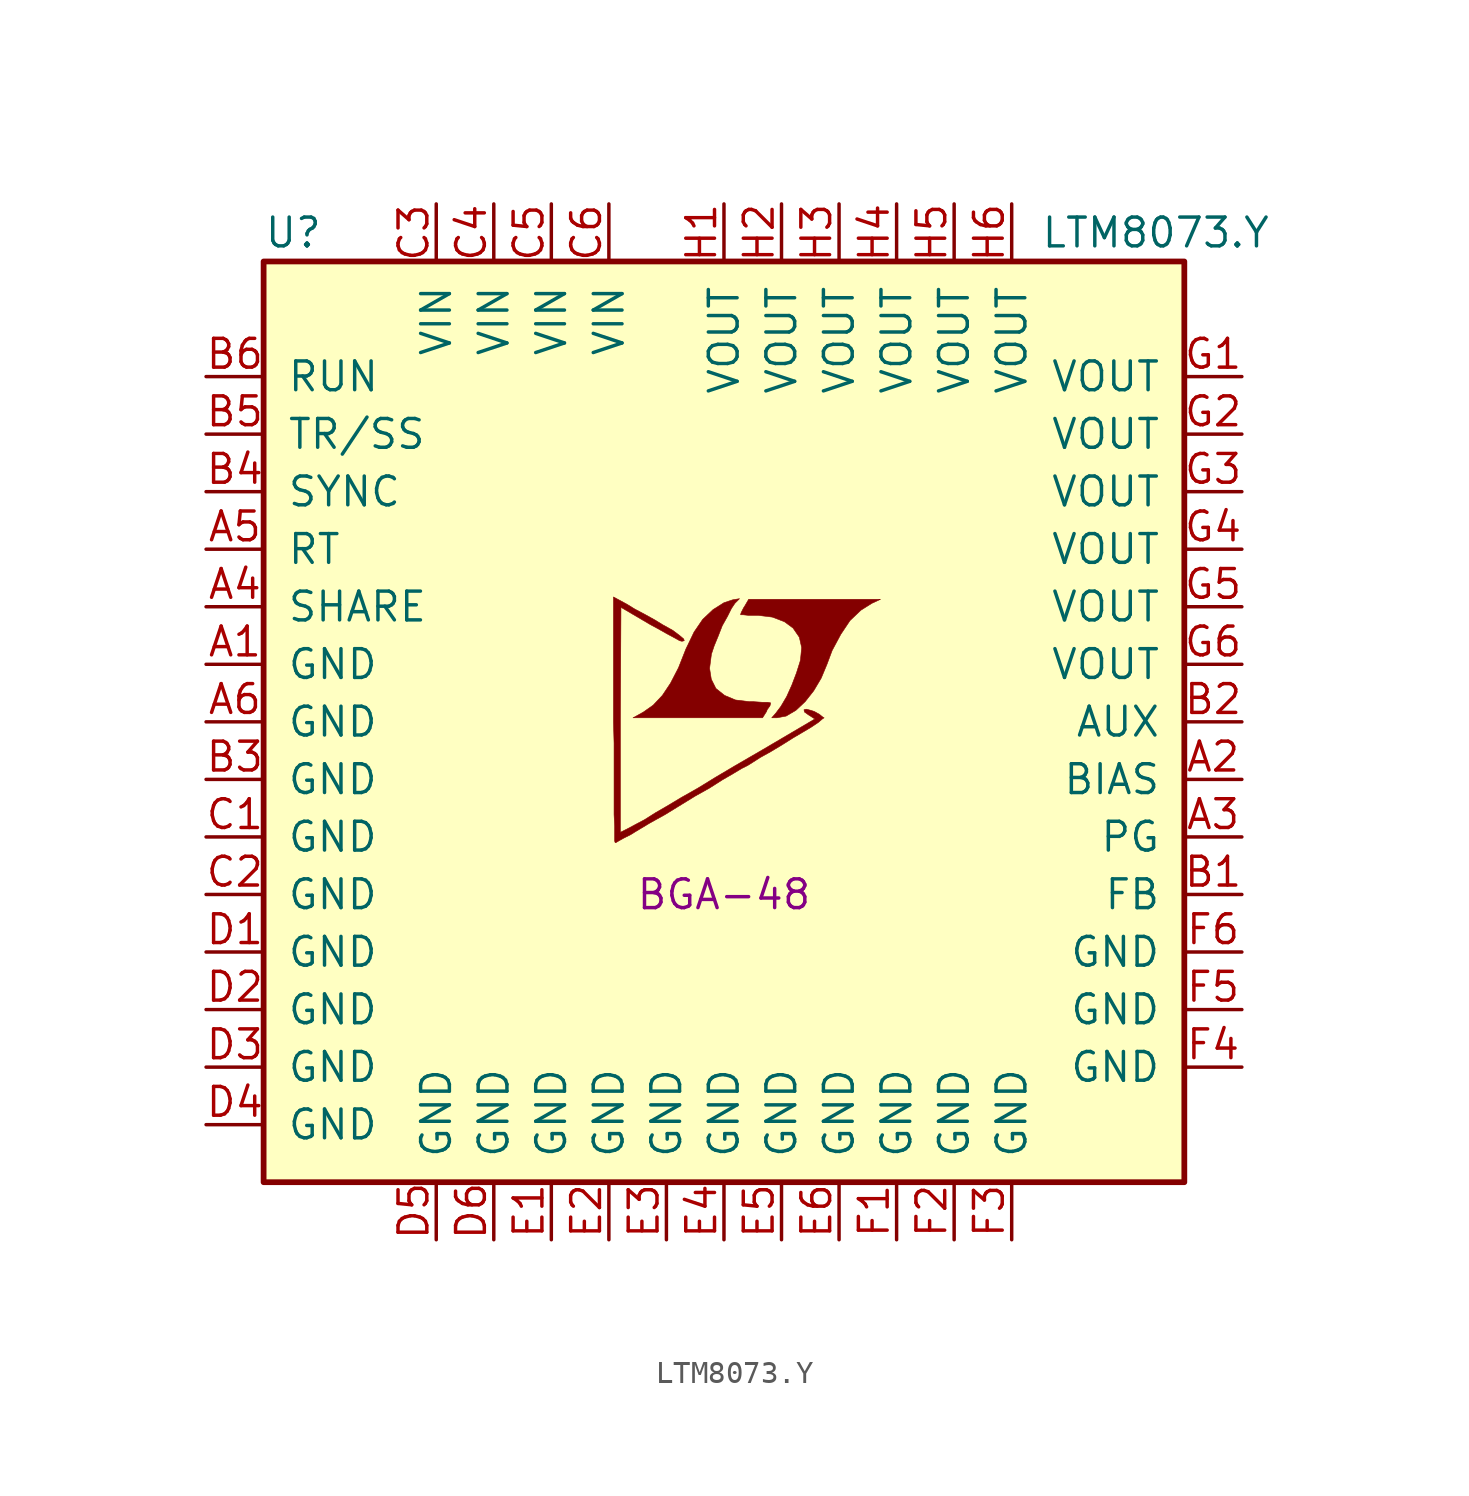
<source format=kicad_sym>
(kicad_symbol_lib
  (version 20201005)
  (generator kicad_symbol_editor)
  (symbol "LTM8073.Y"
    (pin_names
      (offset 1.016))
    (property "Reference" "U"
      (at -20.32 21.59 0)
      (effects (font (size 1.27 1.27)) (justify left)))
    (property "Value" "LTM8073.Y"
      (at 13.97 21.59 0)
      (effects (font (size 1.27 1.27)) (justify left)))
    (property "Footprint" "BGA-48"
      (at 0 -7.62 0)
      (effects (font (size 1.27 1.27))))
    (symbol "LTM8073.Y_0_0"
      (polyline (pts (xy 2.743 0.254) (xy 3.175 0.508) (xy 3.581 0.889) (xy 3.962 1.372) (xy 4.293 1.93) (xy 4.547 2.54) (xy 4.775 3.15) (xy 5.156 3.861) (xy 5.563 4.47) (xy 6.045 4.928) (xy 6.528 5.232) (xy 6.909 5.41) (xy 1.092 5.41) (xy 0.914 5.105) (xy 0.864 5.029) (xy 0.762 4.826) (xy 0.737 4.75) (xy 0.737 4.724) (xy 0.864 4.724) (xy 1.092 4.699) (xy 1.524 4.699) (xy 2.134 4.623) (xy 2.667 4.42) (xy 3.048 4.14) (xy 3.327 3.734) (xy 3.429 3.277) (xy 3.378 2.743) (xy 3.353 2.642) (xy 3.2 2.159) (xy 2.997 1.626) (xy 2.769 1.118) (xy 2.515 0.686) (xy 2.286 0.381) (xy 2.108 0.178) (xy 2.337 0.178) (xy 2.743 0.254)) (stroke (width 0.025)) (fill (type outline)))
      (polyline (pts (xy 1.88 0.457) (xy 1.905 0.533) (xy 2.032 0.711) (xy 2.057 0.813) (xy 2.057 0.838) (xy 1.93 0.864) (xy 1.676 0.864) (xy 1.321 0.889) (xy 1.143 0.889) (xy 0.508 0.965) (xy 0.025 1.168) (xy -0.356 1.473) (xy -0.559 1.88) (xy -0.635 2.362) (xy -0.559 2.946) (xy -0.559 2.972) (xy -0.432 3.353) (xy -0.254 3.785) (xy -0.076 4.242) (xy 0.152 4.648) (xy 0.33 5.004) (xy 0.483 5.232) (xy 0.686 5.436) (xy 0.381 5.385) (xy 0 5.258) (xy -0.483 4.953) (xy -0.94 4.521) (xy -1.321 3.962) (xy -1.626 3.327) (xy -1.676 3.226) (xy -2.007 2.388) (xy -2.362 1.702) (xy -2.718 1.168) (xy -3.124 0.737) (xy -3.556 0.432) (xy -4.013 0.178) (xy 1.702 0.178) (xy 1.88 0.457)) (stroke (width 0.025)) (fill (type outline)))
      (polyline (pts (xy -4.648 -5.258) (xy -4.42 -5.131) (xy -4.115 -4.978) (xy -3.912 -4.851) (xy -3.277 -4.47) (xy -2.591 -4.089) (xy -1.27 -3.277) (xy -0.635 -2.921) (xy -0.076 -2.565) (xy 0.406 -2.286) (xy 0.787 -2.057) (xy 1.041 -1.93) (xy 1.245 -1.803) (xy 1.6 -1.575) (xy 2.057 -1.321) (xy 2.565 -1.016) (xy 3.048 -0.711) (xy 3.48 -0.457) (xy 3.861 -0.229) (xy 4.166 -0.025) (xy 4.343 0.127) (xy 4.42 0.178) (xy 4.369 0.203) (xy 4.216 0.33) (xy 3.988 0.457) (xy 3.835 0.508) (xy 3.632 0.559) (xy 3.531 0.533) (xy 3.556 0.432) (xy 3.734 0.305) (xy 4.013 0.127) (xy 1.727 -1.219) (xy 1.245 -1.499) (xy 0.457 -1.956) (xy -0.356 -2.438) (xy -1.143 -2.921) (xy -1.905 -3.353) (xy -2.54 -3.734) (xy -3.023 -4.013) (xy -3.505 -4.318) (xy -3.937 -4.547) (xy -4.267 -4.724) (xy -4.572 -4.877) (xy -4.572 0.102) (xy -4.547 5.055) (xy -3.251 4.293) (xy -2.921 4.115) (xy -2.515 3.886) (xy -2.184 3.708) (xy -1.956 3.581) (xy -1.854 3.556) (xy -1.753 3.581) (xy -1.778 3.658) (xy -1.956 3.81) (xy -2.261 4.039) (xy -2.718 4.293) (xy -3.048 4.496) (xy -3.505 4.75) (xy -3.937 4.978) (xy -4.267 5.182) (xy -4.877 5.512) (xy -4.877 0) (xy -4.851 -0.94) (xy -4.851 -4.089) (xy -4.826 -4.597) (xy -4.826 -5.258) (xy -4.801 -5.334) (xy -4.775 -5.334) (xy -4.648 -5.258)) (stroke (width 0.025)) (fill (type outline))))
    (symbol "LTM8073.Y_0_1"
      (rectangle (start -20.32 20.32) (end 20.32 -20.32) (stroke (width 0.254)) (fill (type background))))
    (symbol "LTM8073.Y_1_1"
      (pin power_in line (at -22.86 2.54 0) (length 2.54) (name "GND" (effects (font (size 1.27 1.27)))) (number "A1" (effects (font (size 1.27 1.27)))))
      (pin input line (at 22.86 -2.54 180) (length 2.54) (name "BIAS" (effects (font (size 1.27 1.27)))) (number "A2" (effects (font (size 1.27 1.27)))))
      (pin open_collector line (at 22.86 -5.08 180) (length 2.54) (name "PG" (effects (font (size 1.27 1.27)))) (number "A3" (effects (font (size 1.27 1.27)))))
      (pin passive line (at -22.86 5.08 0) (length 2.54) (name "SHARE" (effects (font (size 1.27 1.27)))) (number "A4" (effects (font (size 1.27 1.27)))))
      (pin passive line (at -22.86 7.62 0) (length 2.54) (name "RT" (effects (font (size 1.27 1.27)))) (number "A5" (effects (font (size 1.27 1.27)))))
      (pin power_in line (at -22.86 0 0) (length 2.54) (name "GND" (effects (font (size 1.27 1.27)))) (number "A6" (effects (font (size 1.27 1.27)))))
      (pin passive line (at 22.86 -7.62 180) (length 2.54) (name "FB" (effects (font (size 1.27 1.27)))) (number "B1" (effects (font (size 1.27 1.27)))))
      (pin passive line (at 22.86 0 180) (length 2.54) (name "AUX" (effects (font (size 1.27 1.27)))) (number "B2" (effects (font (size 1.27 1.27)))))
      (pin power_in line (at -22.86 -2.54 0) (length 2.54) (name "GND" (effects (font (size 1.27 1.27)))) (number "B3" (effects (font (size 1.27 1.27)))))
      (pin input line (at -22.86 10.16 0) (length 2.54) (name "SYNC" (effects (font (size 1.27 1.27)))) (number "B4" (effects (font (size 1.27 1.27)))))
      (pin passive line (at -22.86 12.7 0) (length 2.54) (name "TR/SS" (effects (font (size 1.27 1.27)))) (number "B5" (effects (font (size 1.27 1.27)))))
      (pin input line (at -22.86 15.24 0) (length 2.54) (name "RUN" (effects (font (size 1.27 1.27)))) (number "B6" (effects (font (size 1.27 1.27)))))
      (pin power_in line (at -22.86 -5.08 0) (length 2.54) (name "GND" (effects (font (size 1.27 1.27)))) (number "C1" (effects (font (size 1.27 1.27)))))
      (pin power_in line (at -22.86 -7.62 0) (length 2.54) (name "GND" (effects (font (size 1.27 1.27)))) (number "C2" (effects (font (size 1.27 1.27)))))
      (pin power_in line (at -12.7 22.86 270) (length 2.54) (name "VIN" (effects (font (size 1.27 1.27)))) (number "C3" (effects (font (size 1.27 1.27)))))
      (pin power_in line (at -10.16 22.86 270) (length 2.54) (name "VIN" (effects (font (size 1.27 1.27)))) (number "C4" (effects (font (size 1.27 1.27)))))
      (pin power_in line (at -7.62 22.86 270) (length 2.54) (name "VIN" (effects (font (size 1.27 1.27)))) (number "C5" (effects (font (size 1.27 1.27)))))
      (pin power_in line (at -5.08 22.86 270) (length 2.54) (name "VIN" (effects (font (size 1.27 1.27)))) (number "C6" (effects (font (size 1.27 1.27)))))
      (pin power_in line (at -22.86 -10.16 0) (length 2.54) (name "GND" (effects (font (size 1.27 1.27)))) (number "D1" (effects (font (size 1.27 1.27)))))
      (pin power_in line (at -22.86 -12.7 0) (length 2.54) (name "GND" (effects (font (size 1.27 1.27)))) (number "D2" (effects (font (size 1.27 1.27)))))
      (pin power_in line (at -22.86 -15.24 0) (length 2.54) (name "GND" (effects (font (size 1.27 1.27)))) (number "D3" (effects (font (size 1.27 1.27)))))
      (pin power_in line (at -22.86 -17.78 0) (length 2.54) (name "GND" (effects (font (size 1.27 1.27)))) (number "D4" (effects (font (size 1.27 1.27)))))
      (pin power_in line (at -12.7 -22.86 90) (length 2.54) (name "GND" (effects (font (size 1.27 1.27)))) (number "D5" (effects (font (size 1.27 1.27)))))
      (pin power_in line (at -10.16 -22.86 90) (length 2.54) (name "GND" (effects (font (size 1.27 1.27)))) (number "D6" (effects (font (size 1.27 1.27)))))
      (pin power_in line (at -7.62 -22.86 90) (length 2.54) (name "GND" (effects (font (size 1.27 1.27)))) (number "E1" (effects (font (size 1.27 1.27)))))
      (pin power_in line (at -5.08 -22.86 90) (length 2.54) (name "GND" (effects (font (size 1.27 1.27)))) (number "E2" (effects (font (size 1.27 1.27)))))
      (pin power_in line (at -2.54 -22.86 90) (length 2.54) (name "GND" (effects (font (size 1.27 1.27)))) (number "E3" (effects (font (size 1.27 1.27)))))
      (pin power_in line (at 0 -22.86 90) (length 2.54) (name "GND" (effects (font (size 1.27 1.27)))) (number "E4" (effects (font (size 1.27 1.27)))))
      (pin power_in line (at 2.54 -22.86 90) (length 2.54) (name "GND" (effects (font (size 1.27 1.27)))) (number "E5" (effects (font (size 1.27 1.27)))))
      (pin power_in line (at 5.08 -22.86 90) (length 2.54) (name "GND" (effects (font (size 1.27 1.27)))) (number "E6" (effects (font (size 1.27 1.27)))))
      (pin power_in line (at 7.62 -22.86 90) (length 2.54) (name "GND" (effects (font (size 1.27 1.27)))) (number "F1" (effects (font (size 1.27 1.27)))))
      (pin power_in line (at 10.16 -22.86 90) (length 2.54) (name "GND" (effects (font (size 1.27 1.27)))) (number "F2" (effects (font (size 1.27 1.27)))))
      (pin power_in line (at 12.7 -22.86 90) (length 2.54) (name "GND" (effects (font (size 1.27 1.27)))) (number "F3" (effects (font (size 1.27 1.27)))))
      (pin power_in line (at 22.86 -15.24 180) (length 2.54) (name "GND" (effects (font (size 1.27 1.27)))) (number "F4" (effects (font (size 1.27 1.27)))))
      (pin power_in line (at 22.86 -12.7 180) (length 2.54) (name "GND" (effects (font (size 1.27 1.27)))) (number "F5" (effects (font (size 1.27 1.27)))))
      (pin power_in line (at 22.86 -10.16 180) (length 2.54) (name "GND" (effects (font (size 1.27 1.27)))) (number "F6" (effects (font (size 1.27 1.27)))))
      (pin power_out line (at 22.86 15.24 180) (length 2.54) (name "VOUT" (effects (font (size 1.27 1.27)))) (number "G1" (effects (font (size 1.27 1.27)))))
      (pin passive line (at 22.86 12.7 180) (length 2.54) (name "VOUT" (effects (font (size 1.27 1.27)))) (number "G2" (effects (font (size 1.27 1.27)))))
      (pin passive line (at 22.86 10.16 180) (length 2.54) (name "VOUT" (effects (font (size 1.27 1.27)))) (number "G3" (effects (font (size 1.27 1.27)))))
      (pin passive line (at 22.86 7.62 180) (length 2.54) (name "VOUT" (effects (font (size 1.27 1.27)))) (number "G4" (effects (font (size 1.27 1.27)))))
      (pin passive line (at 22.86 5.08 180) (length 2.54) (name "VOUT" (effects (font (size 1.27 1.27)))) (number "G5" (effects (font (size 1.27 1.27)))))
      (pin passive line (at 22.86 2.54 180) (length 2.54) (name "VOUT" (effects (font (size 1.27 1.27)))) (number "G6" (effects (font (size 1.27 1.27)))))
      (pin passive line (at 0 22.86 270) (length 2.54) (name "VOUT" (effects (font (size 1.27 1.27)))) (number "H1" (effects (font (size 1.27 1.27)))))
      (pin passive line (at 2.54 22.86 270) (length 2.54) (name "VOUT" (effects (font (size 1.27 1.27)))) (number "H2" (effects (font (size 1.27 1.27)))))
      (pin passive line (at 5.08 22.86 270) (length 2.54) (name "VOUT" (effects (font (size 1.27 1.27)))) (number "H3" (effects (font (size 1.27 1.27)))))
      (pin passive line (at 7.62 22.86 270) (length 2.54) (name "VOUT" (effects (font (size 1.27 1.27)))) (number "H4" (effects (font (size 1.27 1.27)))))
      (pin passive line (at 10.16 22.86 270) (length 2.54) (name "VOUT" (effects (font (size 1.27 1.27)))) (number "H5" (effects (font (size 1.27 1.27)))))
      (pin passive line (at 12.7 22.86 270) (length 2.54) (name "VOUT" (effects (font (size 1.27 1.27)))) (number "H6" (effects (font (size 1.27 1.27))))))))
</source>
